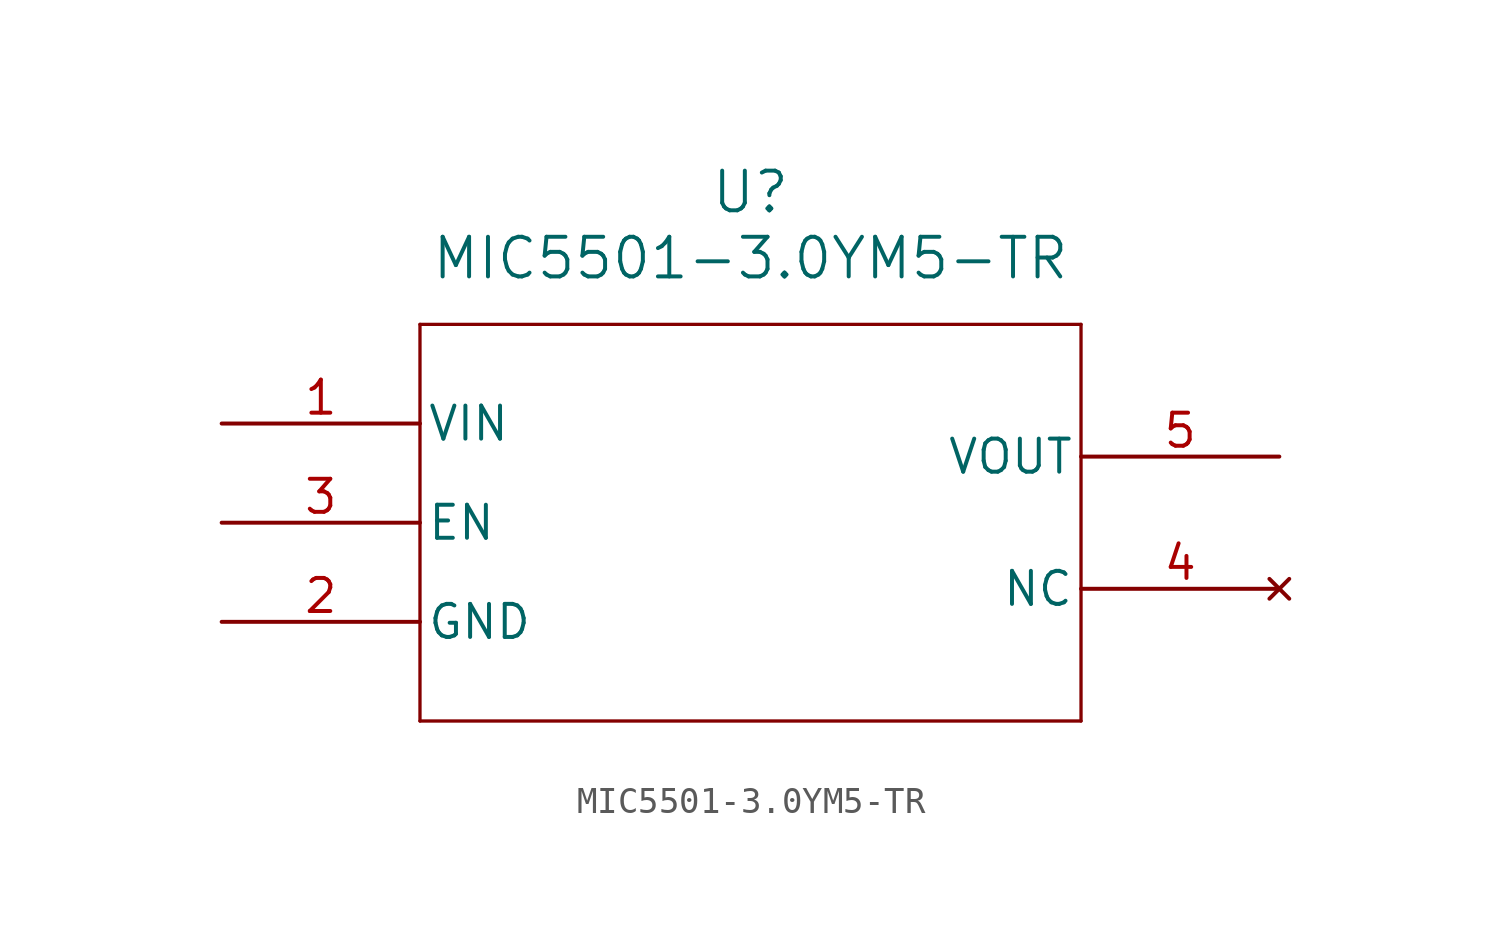
<source format=kicad_sym>
(kicad_symbol_lib
  (version 20241209)
  (generator "kicad_symbol_editor")
  (generator_version "9.0")
  (symbol "MIC5501-3.0YM5-TR"
    (pin_names
      (offset 0.254))
    (property "Reference" "U"
      (at 20.32 10.16 0)
      (effects (font (size 1.524 1.524))))
    (property "Value" "MIC5501-3.0YM5-TR"
      (at 20.32 7.62 0)
      (effects (font (size 1.524 1.524))))
    (property "ki_locked" ""
      (at 0 0 0)
      (effects (font (size 1.27 1.27))))
    (symbol "MIC5501-3.0YM5-TR_0_1"
      (polyline (pts (xy 7.62 5.08) (xy 7.62 -10.16)) (stroke (width 0.127) (type default)) (fill (type none)))
      (polyline (pts (xy 7.62 -10.16) (xy 33.02 -10.16)) (stroke (width 0.127) (type default)) (fill (type none)))
      (polyline (pts (xy 33.02 5.08) (xy 7.62 5.08)) (stroke (width 0.127) (type default)) (fill (type none)))
      (polyline (pts (xy 33.02 -10.16) (xy 33.02 5.08)) (stroke (width 0.127) (type default)) (fill (type none)))
      (pin power_in line (at 0 1.27 0) (length 7.62) (name "VIN" (effects (font (size 1.27 1.27)))) (number "1" (effects (font (size 1.27 1.27)))))
      (pin input line (at 0 -2.54 0) (length 7.62) (name "EN" (effects (font (size 1.27 1.27)))) (number "3" (effects (font (size 1.27 1.27)))))
      (pin power_out line (at 0 -6.35 0) (length 7.62) (name "GND" (effects (font (size 1.27 1.27)))) (number "2" (effects (font (size 1.27 1.27)))))
      (pin output line (at 40.64 0 180) (length 7.62) (name "VOUT" (effects (font (size 1.27 1.27)))) (number "5" (effects (font (size 1.27 1.27)))))
      (pin no_connect line (at 40.64 -5.08 180) (length 7.62) (name "NC" (effects (font (size 1.27 1.27)))) (number "4" (effects (font (size 1.27 1.27))))))))
</source>
